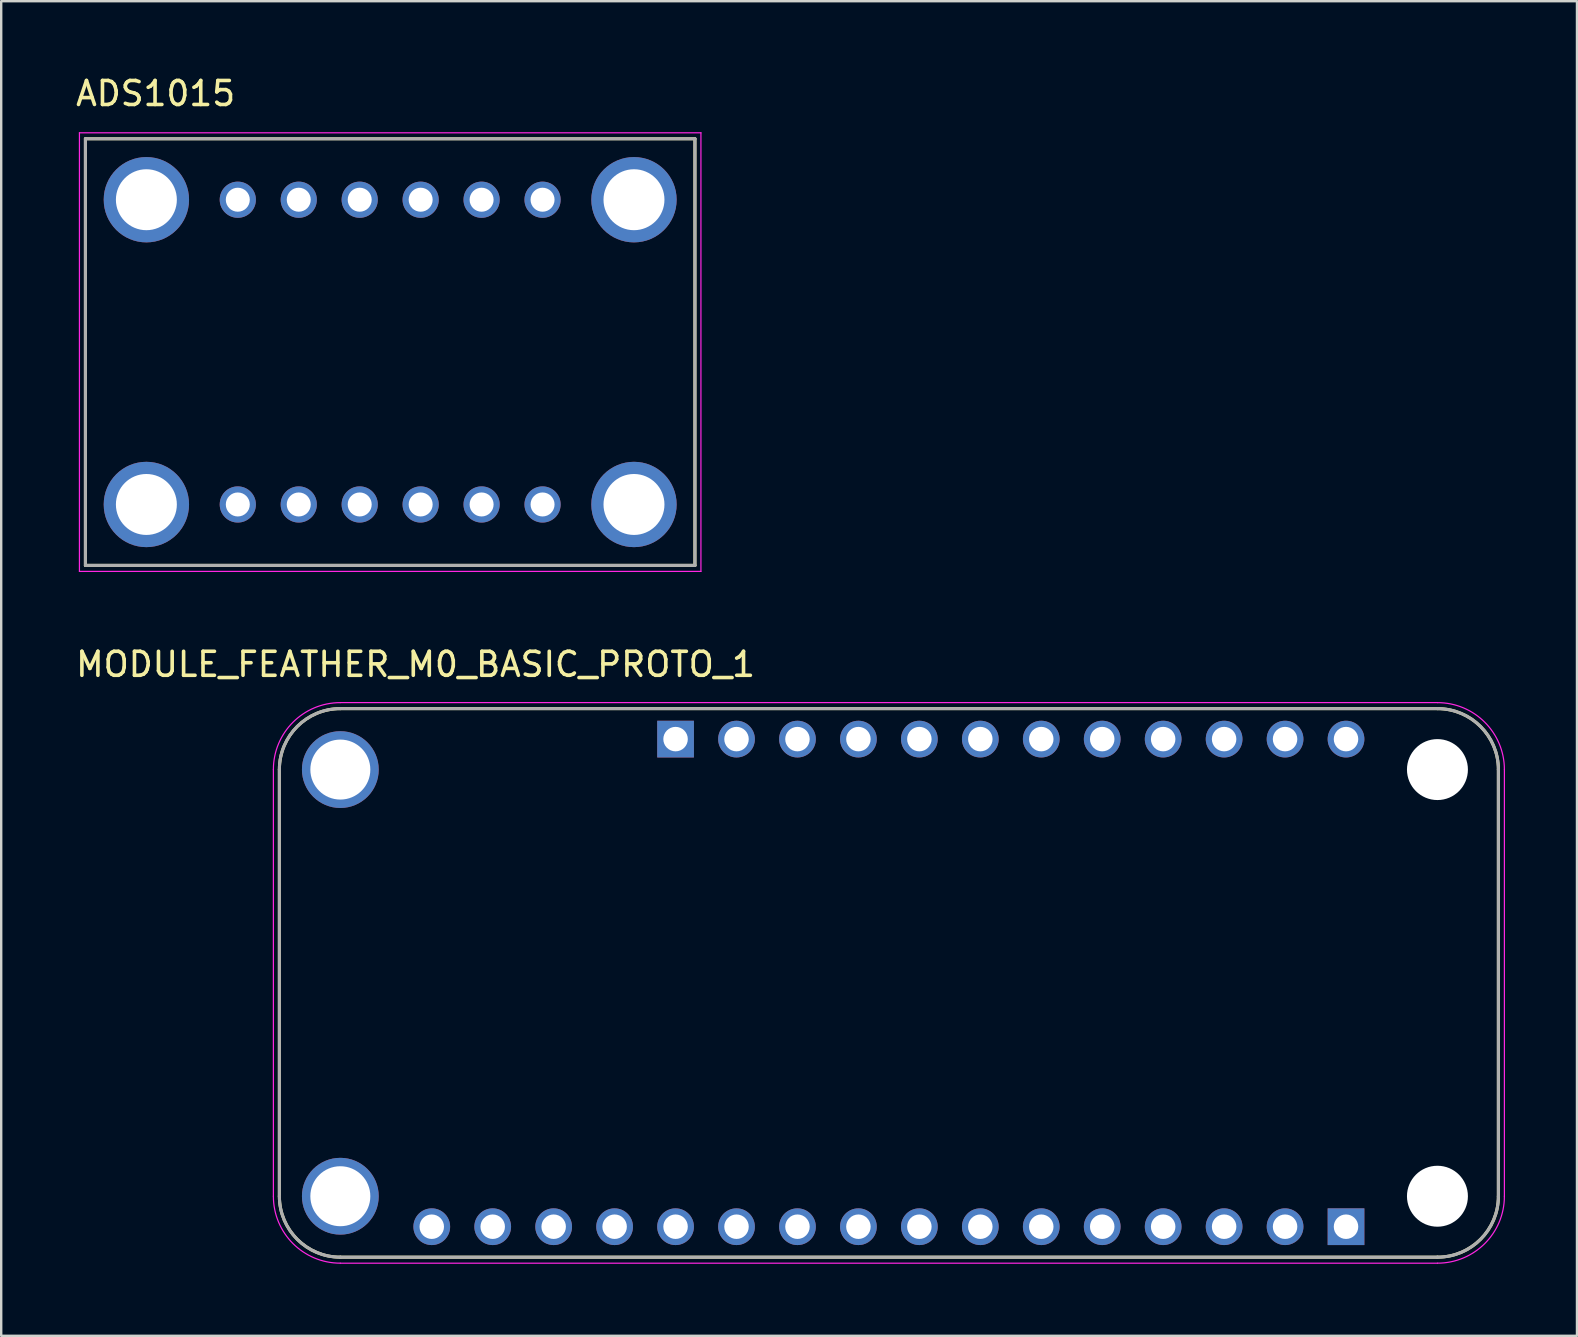
<source format=kicad_pcb>
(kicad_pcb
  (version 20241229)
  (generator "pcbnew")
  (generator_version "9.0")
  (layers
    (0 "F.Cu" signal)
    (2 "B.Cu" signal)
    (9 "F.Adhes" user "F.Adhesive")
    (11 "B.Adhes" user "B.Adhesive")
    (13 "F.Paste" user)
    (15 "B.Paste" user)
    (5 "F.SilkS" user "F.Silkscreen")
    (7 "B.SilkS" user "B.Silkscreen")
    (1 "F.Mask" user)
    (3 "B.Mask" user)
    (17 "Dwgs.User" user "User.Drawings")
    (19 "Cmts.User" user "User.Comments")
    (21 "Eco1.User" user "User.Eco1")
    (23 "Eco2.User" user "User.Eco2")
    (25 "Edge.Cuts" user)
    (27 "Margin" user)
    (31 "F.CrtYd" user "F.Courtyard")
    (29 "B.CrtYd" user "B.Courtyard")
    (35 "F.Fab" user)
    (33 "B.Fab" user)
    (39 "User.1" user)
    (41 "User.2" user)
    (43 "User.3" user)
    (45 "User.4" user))
  (footprint "ADS1015"
    (layer "F.Cu")
    (at 13.21 11.623)
    (property "Reference" "ADS1015" (at -9.775 -10.775 0) (layer "F.SilkS") (effects (font (size 1 1) (thickness 0.15))))
    (attr through_hole)
    (fp_line (start -12.7 -8.89) (end 12.7 -8.89) (stroke (width 0.127) (type solid)) (layer "F.SilkS"))
    (fp_line (start -12.7 8.89) (end -12.7 -8.89) (stroke (width 0.127) (type solid)) (layer "F.SilkS"))
    (fp_line (start 12.7 -8.89) (end 12.7 8.89) (stroke (width 0.127) (type solid)) (layer "F.SilkS"))
    (fp_line (start 12.7 8.89) (end -12.7 8.89) (stroke (width 0.127) (type solid)) (layer "F.SilkS"))
    (fp_line (start -12.95 -9.14) (end -12.95 9.14) (stroke (width 0.05) (type solid)) (layer "F.CrtYd"))
    (fp_line (start -12.95 9.14) (end 12.95 9.14) (stroke (width 0.05) (type solid)) (layer "F.CrtYd"))
    (fp_line (start 12.95 -9.14) (end -12.95 -9.14) (stroke (width 0.05) (type solid)) (layer "F.CrtYd"))
    (fp_line (start 12.95 9.14) (end 12.95 -9.14) (stroke (width 0.05) (type solid)) (layer "F.CrtYd"))
    (fp_line (start -12.7 -8.89) (end 12.7 -8.89) (stroke (width 0.127) (type solid)) (layer "F.Fab"))
    (fp_line (start -12.7 8.89) (end -12.7 -8.89) (stroke (width 0.127) (type solid)) (layer "F.Fab"))
    (fp_line (start 12.7 -8.89) (end 12.7 8.89) (stroke (width 0.127) (type solid)) (layer "F.Fab"))
    (fp_line (start 12.7 8.89) (end -12.7 8.89) (stroke (width 0.127) (type solid)) (layer "F.Fab"))
    (pad "JP1_1" thru_hole circle (at -6.35 -6.35) (size 1.508 1.508) (drill 1) (layers "*.Cu" "*.Mask"))
    (pad "JP1_2" thru_hole circle (at -3.81 -6.35) (size 1.508 1.508) (drill 1) (layers "*.Cu" "*.Mask"))
    (pad "JP1_3" thru_hole circle (at -1.27 -6.35) (size 1.508 1.508) (drill 1) (layers "*.Cu" "*.Mask"))
    (pad "JP1_4" thru_hole circle (at 1.27 -6.35) (size 1.508 1.508) (drill 1) (layers "*.Cu" "*.Mask"))
    (pad "JP1_5" thru_hole circle (at 3.81 -6.35) (size 1.508 1.508) (drill 1) (layers "*.Cu" "*.Mask"))
    (pad "JP1_6" thru_hole circle (at 6.35 -6.35) (size 1.508 1.508) (drill 1) (layers "*.Cu" "*.Mask"))
    (pad "JP2_1" thru_hole circle (at -6.35 6.35) (size 1.508 1.508) (drill 1) (layers "*.Cu" "*.Mask"))
    (pad "JP2_2" thru_hole circle (at -3.81 6.35) (size 1.508 1.508) (drill 1) (layers "*.Cu" "*.Mask"))
    (pad "JP2_3" thru_hole circle (at -1.27 6.35) (size 1.508 1.508) (drill 1) (layers "*.Cu" "*.Mask"))
    (pad "JP2_4" thru_hole circle (at 1.27 6.35) (size 1.508 1.508) (drill 1) (layers "*.Cu" "*.Mask"))
    (pad "JP2_5" thru_hole circle (at 3.81 6.35) (size 1.508 1.508) (drill 1) (layers "*.Cu" "*.Mask"))
    (pad "JP2_6" thru_hole circle (at 6.35 6.35) (size 1.508 1.508) (drill 1) (layers "*.Cu" "*.Mask"))
    (pad "SH1" thru_hole circle (at -10.16 -6.35) (size 3.556 3.556) (drill 2.54) (layers "*.Cu" "*.Mask"))
    (pad "SH2" thru_hole circle (at 10.16 -6.35) (size 3.556 3.556) (drill 2.54) (layers "*.Cu" "*.Mask"))
    (pad "SH3" thru_hole circle (at -10.16 6.35) (size 3.556 3.556) (drill 2.54) (layers "*.Cu" "*.Mask"))
    (pad "SH4" thru_hole circle (at 10.16 6.35) (size 3.556 3.556) (drill 2.54) (layers "*.Cu" "*.Mask")))
  (footprint "MODULE_FEATHER_M0_BASIC_PROTO_1"
    (layer "F.Cu")
    (at 33.993 37.911)
    (property "Reference" "MODULE_FEATHER_M0_BASIC_PROTO_1" (at -19.725 -13.275 0) (layer "F.SilkS") (effects (font (size 1 1) (thickness 0.15))))
    (attr through_hole)
    (fp_line (start -25.4 8.89) (end -25.4 -8.89) (stroke (width 0.127) (type solid)) (layer "F.SilkS"))
    (fp_line (start -22.86 -11.43) (end 22.86 -11.43) (stroke (width 0.127) (type solid)) (layer "F.SilkS"))
    (fp_line (start 22.86 11.43) (end -22.86 11.43) (stroke (width 0.127) (type solid)) (layer "F.SilkS"))
    (fp_line (start 25.4 -8.89) (end 25.4 8.89) (stroke (width 0.127) (type solid)) (layer "F.SilkS"))
    (fp_arc (start -25.4 -8.89) (mid -24.656051 -10.686051) (end -22.86 -11.43) (stroke (width 0.127) (type solid)) (layer "F.SilkS"))
    (fp_arc (start -22.86 11.43) (mid -24.656051 10.686051) (end -25.4 8.89) (stroke (width 0.127) (type solid)) (layer "F.SilkS"))
    (fp_arc (start 22.86 -11.43) (mid 24.656051 -10.686051) (end 25.4 -8.89) (stroke (width 0.127) (type solid)) (layer "F.SilkS"))
    (fp_arc (start 25.4 8.89) (mid 24.656051 10.686051) (end 22.86 11.43) (stroke (width 0.127) (type solid)) (layer "F.SilkS"))
    (fp_line (start -25.65 -8.89) (end -25.65 8.89) (stroke (width 0.05) (type solid)) (layer "F.CrtYd"))
    (fp_line (start -22.86 11.68) (end 22.86 11.68) (stroke (width 0.05) (type solid)) (layer "F.CrtYd"))
    (fp_line (start 22.86 -11.68) (end -22.86 -11.68) (stroke (width 0.05) (type solid)) (layer "F.CrtYd"))
    (fp_line (start 25.65 8.89) (end 25.65 -8.89) (stroke (width 0.05) (type solid)) (layer "F.CrtYd"))
    (fp_arc (start -25.65 -8.89) (mid -24.832828 -10.862828) (end -22.86 -11.68) (stroke (width 0.05) (type solid)) (layer "F.CrtYd"))
    (fp_arc (start -22.86 11.68) (mid -24.832828 10.862828) (end -25.65 8.89) (stroke (width 0.05) (type solid)) (layer "F.CrtYd"))
    (fp_arc (start 22.86 -11.68) (mid 24.832828 -10.862828) (end 25.65 -8.89) (stroke (width 0.05) (type solid)) (layer "F.CrtYd"))
    (fp_arc (start 25.65 8.89) (mid 24.832828 10.862828) (end 22.86 11.68) (stroke (width 0.05) (type solid)) (layer "F.CrtYd"))
    (fp_line (start -25.4 8.89) (end -25.4 -8.89) (stroke (width 0.127) (type solid)) (layer "F.Fab"))
    (fp_line (start -22.86 -11.43) (end 22.86 -11.43) (stroke (width 0.127) (type solid)) (layer "F.Fab"))
    (fp_line (start 22.86 11.43) (end -22.86 11.43) (stroke (width 0.127) (type solid)) (layer "F.Fab"))
    (fp_line (start 25.4 -8.89) (end 25.4 8.89) (stroke (width 0.127) (type solid)) (layer "F.Fab"))
    (fp_arc (start -25.4 -8.89) (mid -24.656051 -10.686051) (end -22.86 -11.43) (stroke (width 0.127) (type solid)) (layer "F.Fab"))
    (fp_arc (start -22.86 11.43) (mid -24.656051 10.686051) (end -25.4 8.89) (stroke (width 0.127) (type solid)) (layer "F.Fab"))
    (fp_arc (start 22.86 -11.43) (mid 24.656051 -10.686051) (end 25.4 -8.89) (stroke (width 0.127) (type solid)) (layer "F.Fab"))
    (fp_arc (start 25.4 8.89) (mid 24.656051 10.686051) (end 22.86 11.43) (stroke (width 0.127) (type solid)) (layer "F.Fab"))
    (pad "" np_thru_hole circle (at 22.86 -8.89) (size 2.54 2.54) (drill 2.54) (layers "*.Cu" "*.Mask"))
    (pad "" np_thru_hole circle (at 22.86 8.89) (size 2.54 2.54) (drill 2.54) (layers "*.Cu" "*.Mask"))
    (pad "P$1" thru_hole circle (at -22.86 -8.89) (size 3.2 3.2) (drill 2.5) (layers "*.Cu" "*.Mask"))
    (pad "P$2" thru_hole circle (at -22.86 8.89) (size 3.2 3.2) (drill 2.5) (layers "*.Cu" "*.Mask"))
    (pad "P1_1" thru_hole rect (at 19.05 10.16) (size 1.53 1.53) (drill 1.02) (layers "*.Cu" "*.Mask"))
    (pad "P1_2" thru_hole circle (at 16.51 10.16) (size 1.53 1.53) (drill 1.02) (layers "*.Cu" "*.Mask"))
    (pad "P1_3" thru_hole circle (at 13.97 10.16) (size 1.53 1.53) (drill 1.02) (layers "*.Cu" "*.Mask"))
    (pad "P1_4" thru_hole circle (at 11.43 10.16) (size 1.53 1.53) (drill 1.02) (layers "*.Cu" "*.Mask"))
    (pad "P1_5" thru_hole circle (at 8.89 10.16) (size 1.53 1.53) (drill 1.02) (layers "*.Cu" "*.Mask"))
    (pad "P1_6" thru_hole circle (at 6.35 10.16) (size 1.53 1.53) (drill 1.02) (layers "*.Cu" "*.Mask"))
    (pad "P1_7" thru_hole circle (at 3.81 10.16) (size 1.53 1.53) (drill 1.02) (layers "*.Cu" "*.Mask"))
    (pad "P1_8" thru_hole circle (at 1.27 10.16) (size 1.53 1.53) (drill 1.02) (layers "*.Cu" "*.Mask"))
    (pad "P1_9" thru_hole circle (at -1.27 10.16) (size 1.53 1.53) (drill 1.02) (layers "*.Cu" "*.Mask"))
    (pad "P1_10" thru_hole circle (at -3.81 10.16) (size 1.53 1.53) (drill 1.02) (layers "*.Cu" "*.Mask"))
    (pad "P1_11" thru_hole circle (at -6.35 10.16) (size 1.53 1.53) (drill 1.02) (layers "*.Cu" "*.Mask"))
    (pad "P1_12" thru_hole circle (at -8.89 10.16) (size 1.53 1.53) (drill 1.02) (layers "*.Cu" "*.Mask"))
    (pad "P1_13" thru_hole circle (at -11.43 10.16) (size 1.53 1.53) (drill 1.02) (layers "*.Cu" "*.Mask"))
    (pad "P1_14" thru_hole circle (at -13.97 10.16) (size 1.53 1.53) (drill 1.02) (layers "*.Cu" "*.Mask"))
    (pad "P1_15" thru_hole circle (at -16.51 10.16) (size 1.53 1.53) (drill 1.02) (layers "*.Cu" "*.Mask"))
    (pad "P1_16" thru_hole circle (at -19.05 10.16) (size 1.53 1.53) (drill 1.02) (layers "*.Cu" "*.Mask"))
    (pad "P2_1" thru_hole rect (at -8.89 -10.16) (size 1.53 1.53) (drill 1.02) (layers "*.Cu" "*.Mask"))
    (pad "P2_2" thru_hole circle (at -6.35 -10.16) (size 1.53 1.53) (drill 1.02) (layers "*.Cu" "*.Mask"))
    (pad "P2_3" thru_hole circle (at -3.81 -10.16) (size 1.53 1.53) (drill 1.02) (layers "*.Cu" "*.Mask"))
    (pad "P2_4" thru_hole circle (at -1.27 -10.16) (size 1.53 1.53) (drill 1.02) (layers "*.Cu" "*.Mask"))
    (pad "P2_5" thru_hole circle (at 1.27 -10.16) (size 1.53 1.53) (drill 1.02) (layers "*.Cu" "*.Mask"))
    (pad "P2_6" thru_hole circle (at 3.81 -10.16) (size 1.53 1.53) (drill 1.02) (layers "*.Cu" "*.Mask"))
    (pad "P2_7" thru_hole circle (at 6.35 -10.16) (size 1.53 1.53) (drill 1.02) (layers "*.Cu" "*.Mask"))
    (pad "P2_8" thru_hole circle (at 8.89 -10.16) (size 1.53 1.53) (drill 1.02) (layers "*.Cu" "*.Mask"))
    (pad "P2_9" thru_hole circle (at 11.43 -10.16) (size 1.53 1.53) (drill 1.02) (layers "*.Cu" "*.Mask"))
    (pad "P2_10" thru_hole circle (at 13.97 -10.16) (size 1.53 1.53) (drill 1.02) (layers "*.Cu" "*.Mask"))
    (pad "P2_11" thru_hole circle (at 16.51 -10.16) (size 1.53 1.53) (drill 1.02) (layers "*.Cu" "*.Mask"))
    (pad "P2_12" thru_hole circle (at 19.05 -10.16) (size 1.53 1.53) (drill 1.02) (layers "*.Cu" "*.Mask")))
  (gr_rect
    (start -3 -3)
    (end 62.668 52.617)
    (stroke (width 0.1) (type default))
    (fill no)
    (layer "Edge.Cuts")))
</source>
